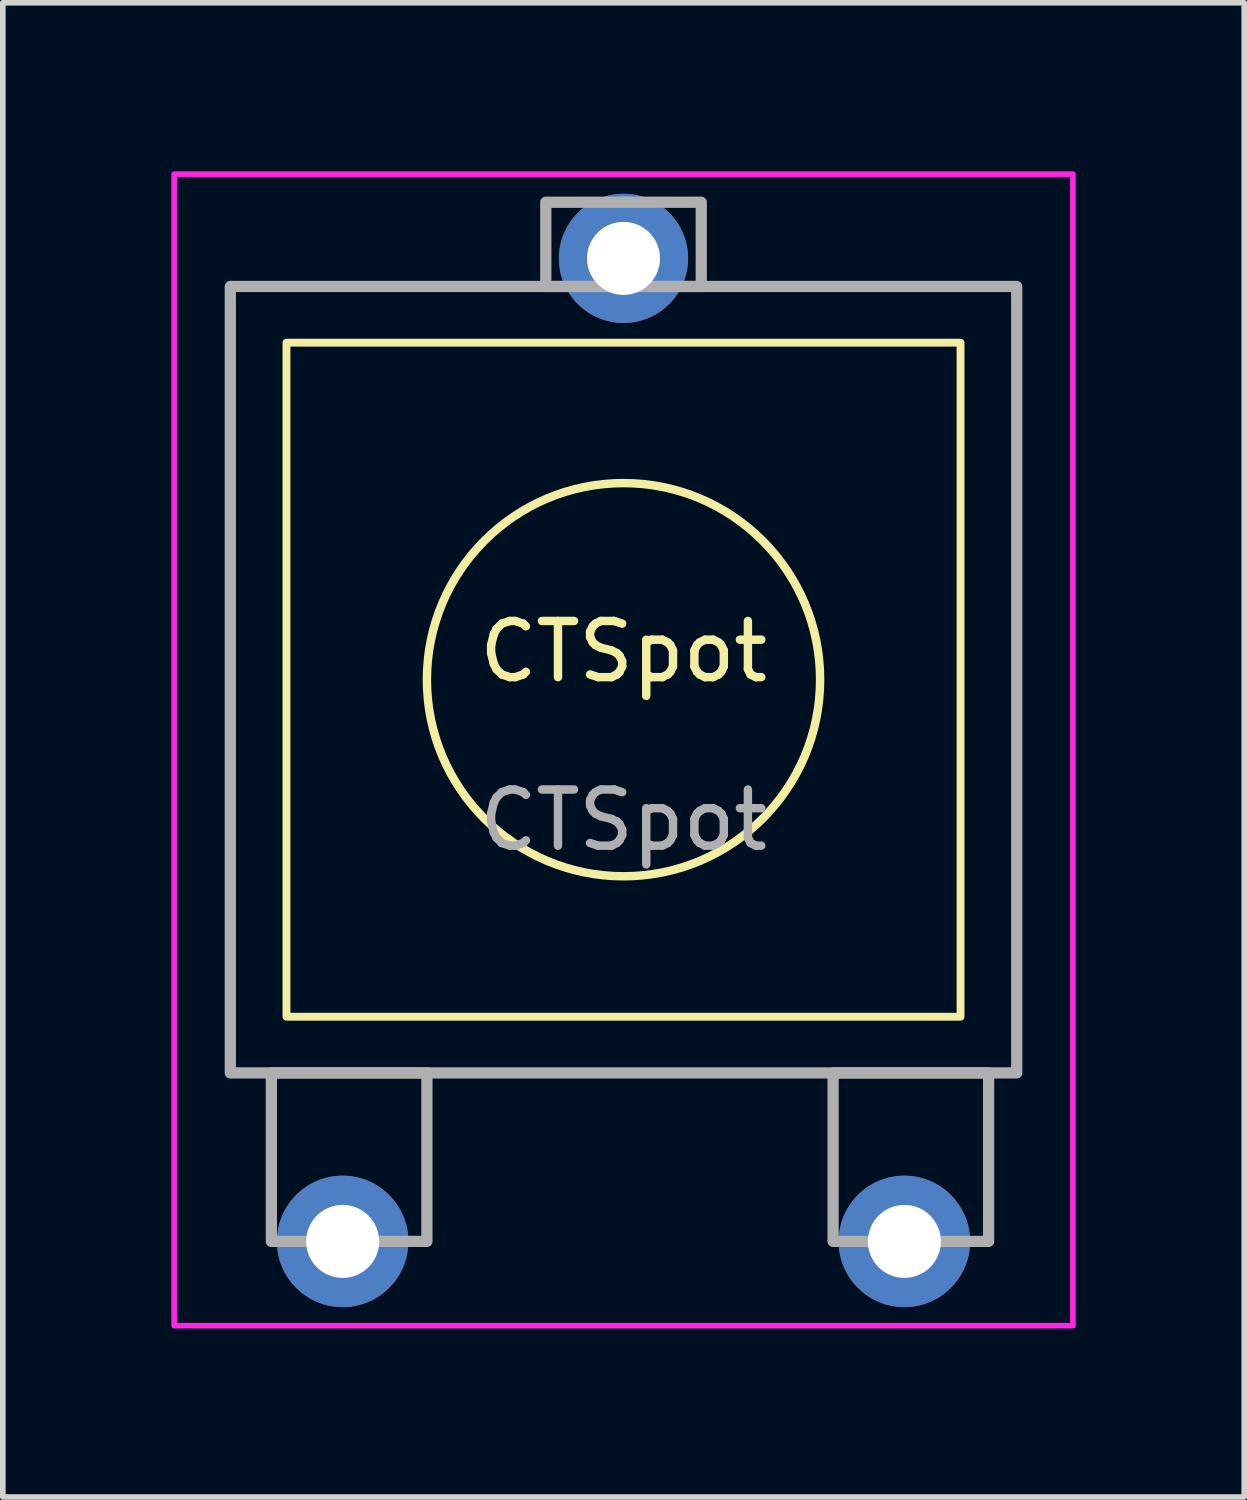
<source format=kicad_pcb>
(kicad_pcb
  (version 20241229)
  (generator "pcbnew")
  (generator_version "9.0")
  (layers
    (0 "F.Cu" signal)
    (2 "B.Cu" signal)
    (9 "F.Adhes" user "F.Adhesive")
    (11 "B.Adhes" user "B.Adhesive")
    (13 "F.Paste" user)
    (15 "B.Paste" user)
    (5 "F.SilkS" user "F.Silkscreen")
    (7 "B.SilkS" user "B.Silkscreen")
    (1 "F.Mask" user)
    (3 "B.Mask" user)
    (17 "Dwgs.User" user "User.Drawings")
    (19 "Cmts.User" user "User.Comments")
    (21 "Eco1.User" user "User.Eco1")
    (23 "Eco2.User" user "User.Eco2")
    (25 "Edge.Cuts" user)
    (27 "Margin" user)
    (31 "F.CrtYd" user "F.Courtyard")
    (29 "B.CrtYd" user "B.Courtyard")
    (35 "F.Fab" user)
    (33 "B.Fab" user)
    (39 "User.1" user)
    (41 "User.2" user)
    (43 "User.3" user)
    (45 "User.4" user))
  (footprint "CTSpot"
    (layer "F.Cu")
    (at 8.05 9.05)
    (property "Reference" "CTSpot" (at 0 -0.5 0) (unlocked yes) (layer "F.SilkS") (effects (font (size 1 1) (thickness 0.15))))
    (attr through_hole)
    (fp_rect (start -6 -6) (end 6 6) (stroke (width 0.14) (type default)) (fill no) (layer "F.SilkS"))
    (fp_circle (center 0 0) (end 3.5 0) (stroke (width 0.15) (type default)) (fill no) (layer "F.SilkS"))
    (fp_rect (start -8 -9) (end 8 11.5) (stroke (width 0.1) (type default)) (fill no) (layer "F.CrtYd"))
    (fp_rect (start -7 -7) (end 7 7) (stroke (width 0.2) (type default)) (fill no) (layer "F.Fab"))
    (fp_rect (start -6.269 7) (end -3.5 10) (stroke (width 0.2) (type default)) (fill no) (layer "F.Fab"))
    (fp_rect (start -1.384 -8.5) (end 1.384 -7) (stroke (width 0.2) (type default)) (fill no) (layer "F.Fab"))
    (fp_rect (start 3.731 7) (end 6.5 10) (stroke (width 0.2) (type default)) (fill no) (layer "F.Fab"))
    (fp_text user "${REFERENCE}" (at 0 2.5 0) (unlocked yes) (layer "F.Fab") (effects (font (size 1 1) (thickness 0.15))))
    (pad "1" thru_hole circle (at -5 10) (size 2.34 2.34) (drill 1.3) (layers "*.Cu" "*.Mask"))
    (pad "2" thru_hole circle (at 0 -7.5) (size 2.3 2.3) (drill 1.3) (layers "*.Cu" "*.Mask"))
    (pad "3" thru_hole circle (at 5 10) (size 2.34 2.34) (drill 1.3) (layers "*.Cu" "*.Mask")))
  (gr_rect
    (start -3 -3)
    (end 19.1 23.6)
    (stroke (width 0.1) (type default))
    (fill no)
    (layer "Edge.Cuts")))
</source>
